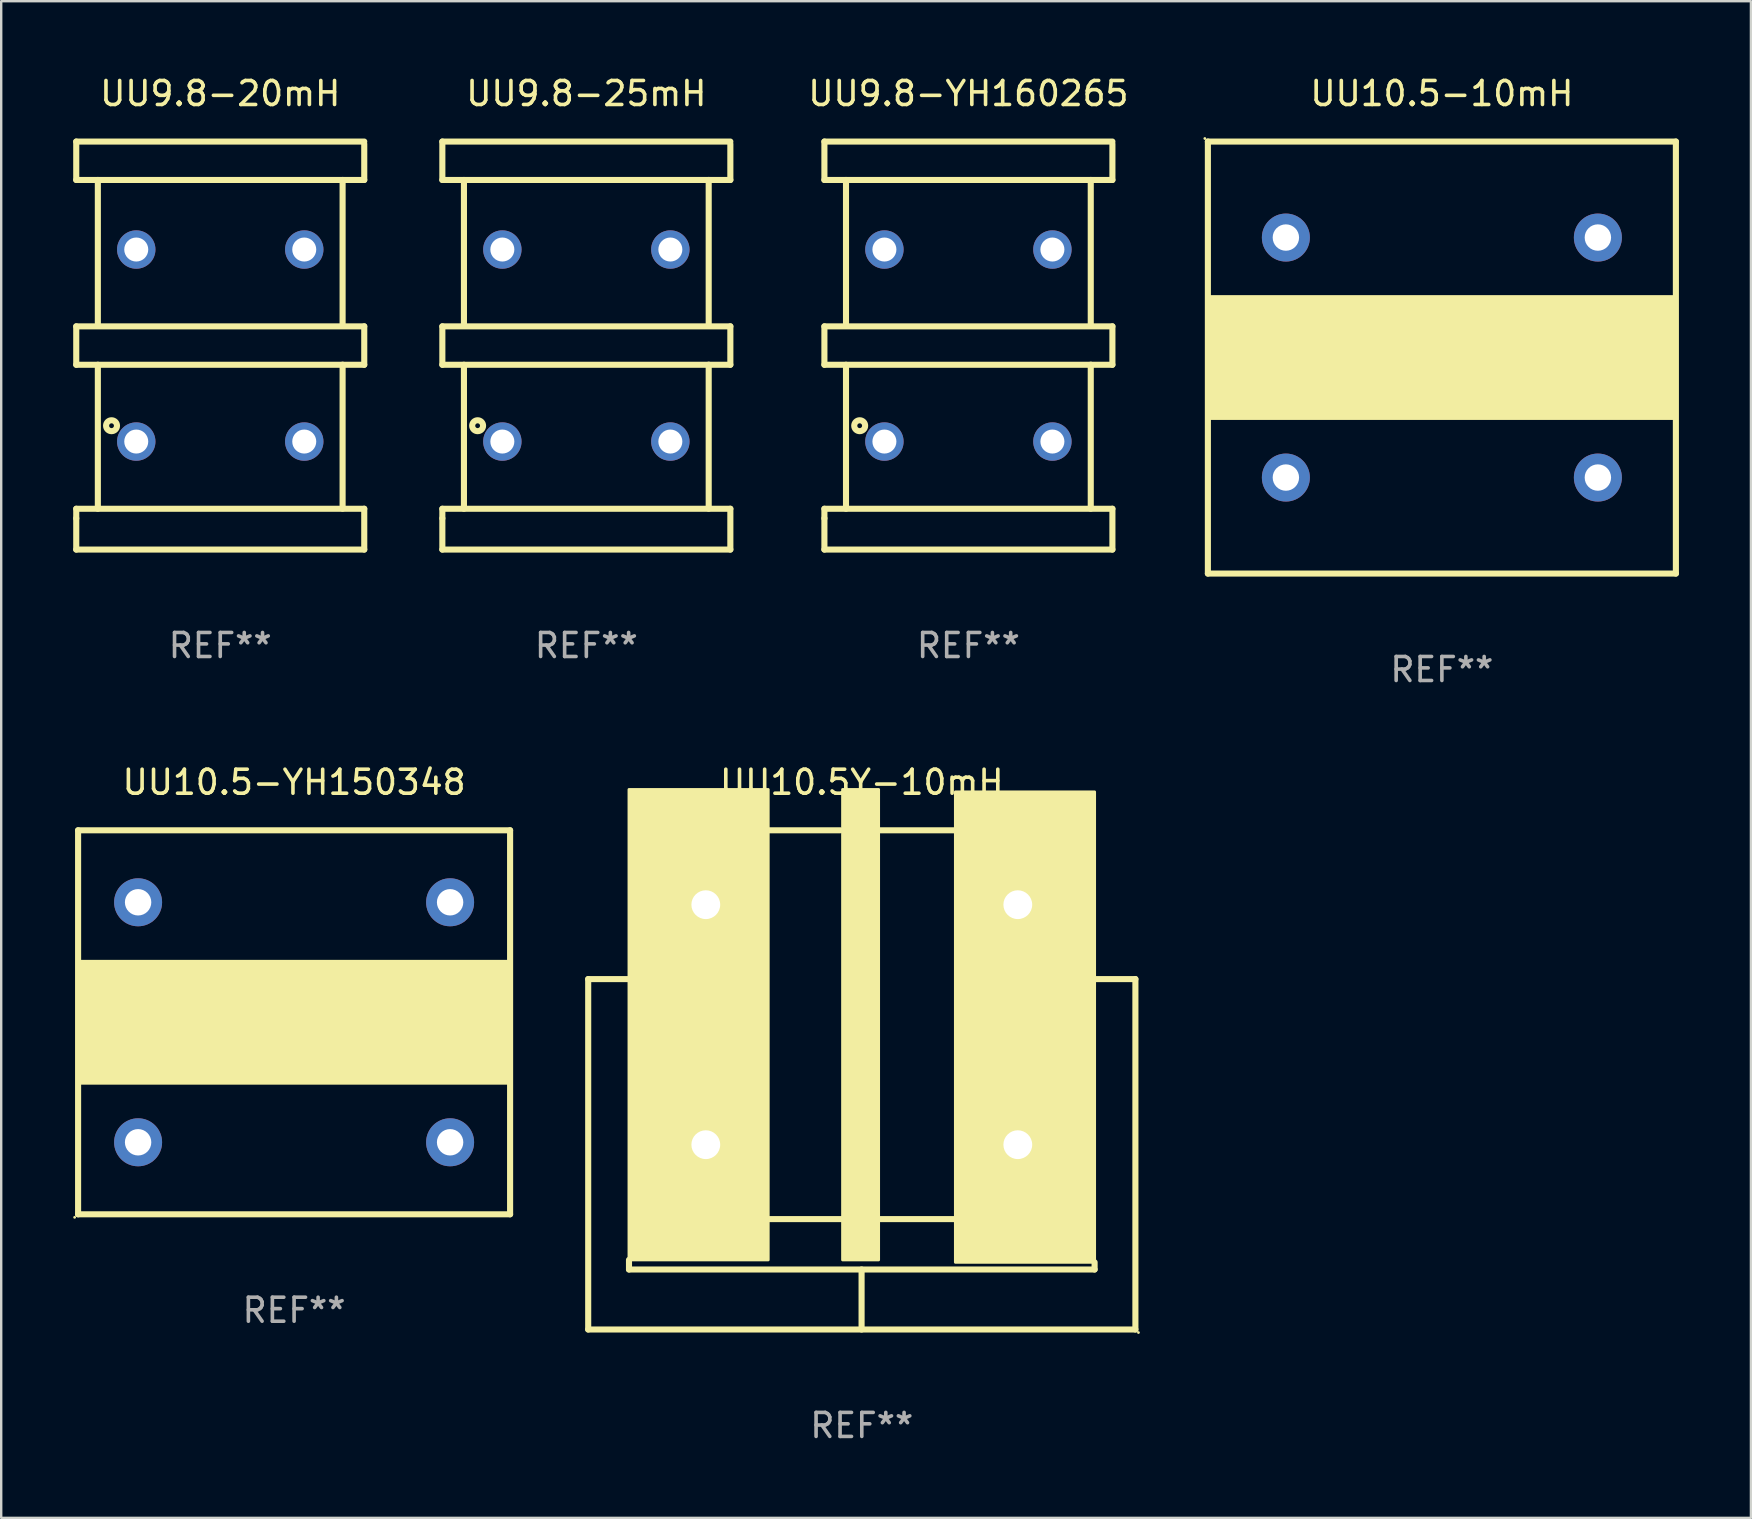
<source format=kicad_pcb>
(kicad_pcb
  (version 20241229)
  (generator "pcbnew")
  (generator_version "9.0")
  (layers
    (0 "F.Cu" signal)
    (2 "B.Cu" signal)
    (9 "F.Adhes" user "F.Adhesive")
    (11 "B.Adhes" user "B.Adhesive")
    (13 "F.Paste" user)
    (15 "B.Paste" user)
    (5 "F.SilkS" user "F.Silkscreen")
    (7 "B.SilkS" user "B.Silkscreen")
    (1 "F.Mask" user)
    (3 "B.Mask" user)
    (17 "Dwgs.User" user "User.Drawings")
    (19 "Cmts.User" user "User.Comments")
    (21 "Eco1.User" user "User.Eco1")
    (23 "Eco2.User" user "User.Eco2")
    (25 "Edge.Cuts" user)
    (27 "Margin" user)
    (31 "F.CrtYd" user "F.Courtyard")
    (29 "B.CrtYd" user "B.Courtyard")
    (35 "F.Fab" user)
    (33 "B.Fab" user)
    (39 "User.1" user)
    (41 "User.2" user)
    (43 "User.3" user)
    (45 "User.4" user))
  (footprint "UU10.5-10mH"
    (layer "F.Cu")
    (at 57.028 11.848)
    (property "Reference" "UU10.5-10mH" (at 0 -11 0) (layer "F.SilkS") (effects (font (size 1 1) (thickness 0.15))))
    (attr through_hole)
    (fp_line (start -9.75 -9) (end 9.75 -9) (stroke (width 0.254) (type solid)) (layer "F.SilkS"))
    (fp_line (start -9.75 9) (end -9.75 -9) (stroke (width 0.254) (type solid)) (layer "F.SilkS"))
    (fp_line (start 9.75 -9) (end 9.75 9) (stroke (width 0.254) (type solid)) (layer "F.SilkS"))
    (fp_line (start 9.75 9) (end -9.75 9) (stroke (width 0.254) (type solid)) (layer "F.SilkS"))
    (fp_circle (center -9.877 -9.127) (end -9.847 -9.127) (stroke (width 0.06) (type solid)) (fill no) (layer "F.SilkS"))
    (fp_poly (pts (xy -9.75 -2.54) (xy 9.75 -2.54) (xy 9.75 2.54) (xy -9.75 2.54)) (stroke (width 0.12) (type solid)) (fill yes) (layer "F.SilkS"))
    (fp_text user "REF**" (at 0 13 0) (layer "F.Fab") (effects (font (size 1 1) (thickness 0.15))))
    (pad "1" thru_hole circle (at -6.5 -5) (size 2 2) (drill 1.1) (layers "*.Cu" "*.Mask"))
    (pad "2" thru_hole circle (at -6.5 5) (size 2 2) (drill 1.1) (layers "*.Cu" "*.Mask"))
    (pad "3" thru_hole circle (at 6.5 5) (size 2 2) (drill 1.1) (layers "*.Cu" "*.Mask"))
    (pad "4" thru_hole circle (at 6.5 -5) (size 2 2) (drill 1.1) (layers "*.Cu" "*.Mask")))
  (footprint "UU10.5Y-10mH"
    (layer "F.Cu")
    (at 32.858 41.945)
    (property "Reference" "UU10.5Y-10mH" (at 0 -12.4 0) (layer "F.SilkS") (effects (font (size 1 1) (thickness 0.15))))
    (attr through_hole)
    (fp_line (start -11.4 -4.2) (end -11.4 10.4) (stroke (width 0.254) (type solid)) (layer "F.SilkS"))
    (fp_line (start -11.4 10.4) (end 11.4 10.4) (stroke (width 0.254) (type solid)) (layer "F.SilkS"))
    (fp_line (start -9.7 -4.2) (end -11.4 -4.2) (stroke (width 0.254) (type solid)) (layer "F.SilkS"))
    (fp_line (start -9.7 7.5) (end -9.7 7.9) (stroke (width 0.254) (type solid)) (layer "F.SilkS"))
    (fp_line (start -9.7 7.9) (end 9.7 7.9) (stroke (width 0.254) (type solid)) (layer "F.SilkS"))
    (fp_line (start -3.9 -10.4) (end -0.9 -10.4) (stroke (width 0.254) (type solid)) (layer "F.SilkS"))
    (fp_line (start -3.9 5.8) (end -0.8 5.8) (stroke (width 0.254) (type solid)) (layer "F.SilkS"))
    (fp_line (start -0.009 7.9) (end -0.009 10.4) (stroke (width 0.254) (type solid)) (layer "F.SilkS"))
    (fp_line (start 0.7 -10.4) (end 3.9 -10.4) (stroke (width 0.254) (type solid)) (layer "F.SilkS"))
    (fp_line (start 0.7 5.8) (end 3.9 5.8) (stroke (width 0.254) (type solid)) (layer "F.SilkS"))
    (fp_line (start 9.7 7.9) (end 9.7 7.6) (stroke (width 0.254) (type solid)) (layer "F.SilkS"))
    (fp_line (start 11.4 -4.2) (end 9.7 -4.2) (stroke (width 0.254) (type solid)) (layer "F.SilkS"))
    (fp_line (start 11.4 10.4) (end 11.4 -4.2) (stroke (width 0.254) (type solid)) (layer "F.SilkS"))
    (fp_circle (center 11.527 10.527) (end 11.557 10.527) (stroke (width 0.06) (type solid)) (fill no) (layer "F.SilkS"))
    (fp_poly (pts (xy -9.7 -12.1) (xy -3.9 -12.1) (xy -3.9 7.5) (xy -9.7 7.5)) (stroke (width 0.12) (type solid)) (fill yes) (layer "F.SilkS"))
    (fp_poly (pts (xy -0.8 -12.1) (xy 0.7 -12.1) (xy 0.7 7.5) (xy -0.8 7.5)) (stroke (width 0.12) (type solid)) (fill yes) (layer "F.SilkS"))
    (fp_poly (pts (xy 3.9 -12) (xy 9.7 -12) (xy 9.7 7.6) (xy 3.9 7.6)) (stroke (width 0.12) (type solid)) (fill yes) (layer "F.SilkS"))
    (fp_text user "REF**" (at 0 14.4 0) (layer "F.Fab") (effects (font (size 1 1) (thickness 0.15))))
    (pad "1" thru_hole rect (at 6.5 2.7 180) (size 2 2) (drill 1.2) (layers "*.Cu" "*.Mask"))
    (pad "2" thru_hole circle (at 6.5 -7.3) (size 2 2) (drill 1.2) (layers "*.Cu" "*.Mask"))
    (pad "3" thru_hole circle (at -6.5 -7.3) (size 2 2) (drill 1.2) (layers "*.Cu" "*.Mask"))
    (pad "4" thru_hole circle (at -6.5 2.7) (size 2 2) (drill 1.2) (layers "*.Cu" "*.Mask")))
  (footprint "UU9.8-25mH"
    (layer "F.Cu")
    (at 21.381 11.348)
    (property "Reference" "UU9.8-25mH" (at 0 -10.5 0) (layer "F.SilkS") (effects (font (size 1 1) (thickness 0.15))))
    (attr through_hole)
    (fp_line (start -6 -8.5) (end -6 -6.9) (stroke (width 0.254) (type solid)) (layer "F.SilkS"))
    (fp_line (start -6 -8.5) (end 6 -8.5) (stroke (width 0.254) (type solid)) (layer "F.SilkS"))
    (fp_line (start -6 -6.9) (end 6 -6.9) (stroke (width 0.254) (type solid)) (layer "F.SilkS"))
    (fp_line (start -6 -0.8) (end 6 -0.8) (stroke (width 0.254) (type solid)) (layer "F.SilkS"))
    (fp_line (start -6 0.8) (end -6 -0.8) (stroke (width 0.254) (type solid)) (layer "F.SilkS"))
    (fp_line (start -6 6.8) (end 6 6.8) (stroke (width 0.254) (type solid)) (layer "F.SilkS"))
    (fp_line (start -6 7.2) (end -6 6.8) (stroke (width 0.254) (type solid)) (layer "F.SilkS"))
    (fp_line (start -6 7.2) (end -6 8.5) (stroke (width 0.254) (type solid)) (layer "F.SilkS"))
    (fp_line (start -5.1 -6.9) (end -5.1 -0.9) (stroke (width 0.254) (type solid)) (layer "F.SilkS"))
    (fp_line (start -5.1 0.8) (end -5.1 6.8) (stroke (width 0.254) (type solid)) (layer "F.SilkS"))
    (fp_line (start 5.098 0.797) (end 5.098 6.797) (stroke (width 0.254) (type solid)) (layer "F.SilkS"))
    (fp_line (start 5.098 -6.901) (end 5.098 -0.901) (stroke (width 0.254) (type solid)) (layer "F.SilkS"))
    (fp_line (start 6 -6.9) (end 6 -8.4) (stroke (width 0.254) (type solid)) (layer "F.SilkS"))
    (fp_line (start 6 -0.8) (end 6 0.8) (stroke (width 0.254) (type solid)) (layer "F.SilkS"))
    (fp_line (start 6 0.8) (end -6 0.8) (stroke (width 0.254) (type solid)) (layer "F.SilkS"))
    (fp_line (start 6 6.8) (end 6 8.5) (stroke (width 0.254) (type solid)) (layer "F.SilkS"))
    (fp_line (start 6 8.5) (end -6 8.5) (stroke (width 0.254) (type solid)) (layer "F.SilkS"))
    (fp_circle (center -6 8.26) (end -5.97 8.26) (stroke (width 0.06) (type solid)) (fill no) (layer "F.SilkS"))
    (fp_circle (center -4.53 3.34) (end -4.43 3.34) (stroke (width 0.254) (type solid)) (fill no) (layer "F.SilkS"))
    (fp_text user "REF**" (at 0 12.5 0) (layer "F.Fab") (effects (font (size 1 1) (thickness 0.15))))
    (pad "1" thru_hole circle (at -3.5 4) (size 1.6 1.6) (drill 1) (layers "*.Cu" "*.Mask"))
    (pad "2" thru_hole circle (at 3.5 4) (size 1.6 1.6) (drill 1) (layers "*.Cu" "*.Mask"))
    (pad "3" thru_hole circle (at 3.5 -4.001) (size 1.6 1.6) (drill 1) (layers "*.Cu" "*.Mask"))
    (pad "4" thru_hole circle (at -3.5 -4.001) (size 1.6 1.6) (drill 1) (layers "*.Cu" "*.Mask")))
  (footprint "UU10.5-YH150348"
    (layer "F.Cu")
    (at 9.204 39.545)
    (property "Reference" "UU10.5-YH150348" (at 0 -10 0) (layer "F.SilkS") (effects (font (size 1 1) (thickness 0.15))))
    (attr through_hole)
    (fp_line (start -9 -8) (end 9 -8) (stroke (width 0.254) (type solid)) (layer "F.SilkS"))
    (fp_line (start -9 8) (end -9 -8) (stroke (width 0.254) (type solid)) (layer "F.SilkS"))
    (fp_line (start 9 -8) (end 9 8) (stroke (width 0.254) (type solid)) (layer "F.SilkS"))
    (fp_line (start 9 8) (end -9 8) (stroke (width 0.254) (type solid)) (layer "F.SilkS"))
    (fp_circle (center -9.144 8.127) (end -9.114 8.127) (stroke (width 0.06) (type solid)) (fill no) (layer "F.SilkS"))
    (fp_poly (pts (xy -9.017 -2.54) (xy 9.017 -2.54) (xy 9.017 2.54) (xy -9.017 2.54)) (stroke (width 0.12) (type solid)) (fill yes) (layer "F.SilkS"))
    (fp_text user "REF**" (at 0 12 0) (layer "F.Fab") (effects (font (size 1 1) (thickness 0.15))))
    (pad "1" thru_hole circle (at -6.5 5) (size 2 2) (drill 1.1) (layers "*.Cu" "*.Mask"))
    (pad "2" thru_hole circle (at -6.5 -5) (size 2 2) (drill 1.1) (layers "*.Cu" "*.Mask"))
    (pad "3" thru_hole circle (at 6.5 -5) (size 2 2) (drill 1.1) (layers "*.Cu" "*.Mask"))
    (pad "4" thru_hole circle (at 6.5 5) (size 2 2) (drill 1.1) (layers "*.Cu" "*.Mask")))
  (footprint "UU9.8-20mH"
    (layer "F.Cu")
    (at 6.127 11.348)
    (property "Reference" "UU9.8-20mH" (at 0 -10.5 0) (layer "F.SilkS") (effects (font (size 1 1) (thickness 0.15))))
    (attr through_hole)
    (fp_line (start -6 -8.5) (end -6 -6.9) (stroke (width 0.254) (type solid)) (layer "F.SilkS"))
    (fp_line (start -6 -8.5) (end 6 -8.5) (stroke (width 0.254) (type solid)) (layer "F.SilkS"))
    (fp_line (start -6 -6.9) (end 6 -6.9) (stroke (width 0.254) (type solid)) (layer "F.SilkS"))
    (fp_line (start -6 -0.8) (end 6 -0.8) (stroke (width 0.254) (type solid)) (layer "F.SilkS"))
    (fp_line (start -6 0.8) (end -6 -0.8) (stroke (width 0.254) (type solid)) (layer "F.SilkS"))
    (fp_line (start -6 6.8) (end 6 6.8) (stroke (width 0.254) (type solid)) (layer "F.SilkS"))
    (fp_line (start -6 7.2) (end -6 6.8) (stroke (width 0.254) (type solid)) (layer "F.SilkS"))
    (fp_line (start -6 7.2) (end -6 8.5) (stroke (width 0.254) (type solid)) (layer "F.SilkS"))
    (fp_line (start -5.1 -6.9) (end -5.1 -0.9) (stroke (width 0.254) (type solid)) (layer "F.SilkS"))
    (fp_line (start -5.1 0.8) (end -5.1 6.8) (stroke (width 0.254) (type solid)) (layer "F.SilkS"))
    (fp_line (start 5.098 0.797) (end 5.098 6.797) (stroke (width 0.254) (type solid)) (layer "F.SilkS"))
    (fp_line (start 5.098 -6.901) (end 5.098 -0.901) (stroke (width 0.254) (type solid)) (layer "F.SilkS"))
    (fp_line (start 6 -6.9) (end 6 -8.4) (stroke (width 0.254) (type solid)) (layer "F.SilkS"))
    (fp_line (start 6 -0.8) (end 6 0.8) (stroke (width 0.254) (type solid)) (layer "F.SilkS"))
    (fp_line (start 6 0.8) (end -6 0.8) (stroke (width 0.254) (type solid)) (layer "F.SilkS"))
    (fp_line (start 6 6.8) (end 6 8.5) (stroke (width 0.254) (type solid)) (layer "F.SilkS"))
    (fp_line (start 6 8.5) (end -6 8.5) (stroke (width 0.254) (type solid)) (layer "F.SilkS"))
    (fp_circle (center -6 8.26) (end -5.97 8.26) (stroke (width 0.06) (type solid)) (fill no) (layer "F.SilkS"))
    (fp_circle (center -4.53 3.34) (end -4.43 3.34) (stroke (width 0.254) (type solid)) (fill no) (layer "F.SilkS"))
    (fp_text user "REF**" (at 0 12.5 0) (layer "F.Fab") (effects (font (size 1 1) (thickness 0.15))))
    (pad "1" thru_hole circle (at -3.5 4) (size 1.6 1.6) (drill 1) (layers "*.Cu" "*.Mask"))
    (pad "2" thru_hole circle (at 3.5 4) (size 1.6 1.6) (drill 1) (layers "*.Cu" "*.Mask"))
    (pad "3" thru_hole circle (at 3.5 -4.001) (size 1.6 1.6) (drill 1) (layers "*.Cu" "*.Mask"))
    (pad "4" thru_hole circle (at -3.5 -4.001) (size 1.6 1.6) (drill 1) (layers "*.Cu" "*.Mask")))
  (footprint "UU9.8-YH160265"
    (layer "F.Cu")
    (at 37.3 11.348)
    (property "Reference" "UU9.8-YH160265" (at 0 -10.5 0) (layer "F.SilkS") (effects (font (size 1 1) (thickness 0.15))))
    (attr through_hole)
    (fp_line (start -6 -8.5) (end -6 -6.9) (stroke (width 0.254) (type solid)) (layer "F.SilkS"))
    (fp_line (start -6 -8.5) (end 6 -8.5) (stroke (width 0.254) (type solid)) (layer "F.SilkS"))
    (fp_line (start -6 -6.9) (end 6 -6.9) (stroke (width 0.254) (type solid)) (layer "F.SilkS"))
    (fp_line (start -6 -0.8) (end 6 -0.8) (stroke (width 0.254) (type solid)) (layer "F.SilkS"))
    (fp_line (start -6 0.8) (end -6 -0.8) (stroke (width 0.254) (type solid)) (layer "F.SilkS"))
    (fp_line (start -6 6.8) (end 6 6.8) (stroke (width 0.254) (type solid)) (layer "F.SilkS"))
    (fp_line (start -6 7.2) (end -6 6.8) (stroke (width 0.254) (type solid)) (layer "F.SilkS"))
    (fp_line (start -6 7.2) (end -6 8.5) (stroke (width 0.254) (type solid)) (layer "F.SilkS"))
    (fp_line (start -5.1 -6.9) (end -5.1 -0.9) (stroke (width 0.254) (type solid)) (layer "F.SilkS"))
    (fp_line (start -5.1 0.8) (end -5.1 6.8) (stroke (width 0.254) (type solid)) (layer "F.SilkS"))
    (fp_line (start 5.098 0.797) (end 5.098 6.797) (stroke (width 0.254) (type solid)) (layer "F.SilkS"))
    (fp_line (start 5.098 -6.901) (end 5.098 -0.901) (stroke (width 0.254) (type solid)) (layer "F.SilkS"))
    (fp_line (start 6 -6.9) (end 6 -8.4) (stroke (width 0.254) (type solid)) (layer "F.SilkS"))
    (fp_line (start 6 -0.8) (end 6 0.8) (stroke (width 0.254) (type solid)) (layer "F.SilkS"))
    (fp_line (start 6 0.8) (end -6 0.8) (stroke (width 0.254) (type solid)) (layer "F.SilkS"))
    (fp_line (start 6 6.8) (end 6 8.5) (stroke (width 0.254) (type solid)) (layer "F.SilkS"))
    (fp_line (start 6 8.5) (end -6 8.5) (stroke (width 0.254) (type solid)) (layer "F.SilkS"))
    (fp_circle (center -6 8.26) (end -5.97 8.26) (stroke (width 0.06) (type solid)) (fill no) (layer "F.SilkS"))
    (fp_circle (center -4.53 3.34) (end -4.43 3.34) (stroke (width 0.254) (type solid)) (fill no) (layer "F.SilkS"))
    (fp_text user "REF**" (at 0 12.5 0) (layer "F.Fab") (effects (font (size 1 1) (thickness 0.15))))
    (pad "1" thru_hole circle (at -3.5 4) (size 1.6 1.6) (drill 1) (layers "*.Cu" "*.Mask"))
    (pad "2" thru_hole circle (at 3.5 4) (size 1.6 1.6) (drill 1) (layers "*.Cu" "*.Mask"))
    (pad "3" thru_hole circle (at 3.5 -4.001) (size 1.6 1.6) (drill 1) (layers "*.Cu" "*.Mask"))
    (pad "4" thru_hole circle (at -3.5 -4.001) (size 1.6 1.6) (drill 1) (layers "*.Cu" "*.Mask")))
  (gr_rect
    (start -3 -3)
    (end 69.905 60.193)
    (stroke (width 0.1) (type default))
    (fill no)
    (layer "Edge.Cuts")))
</source>
